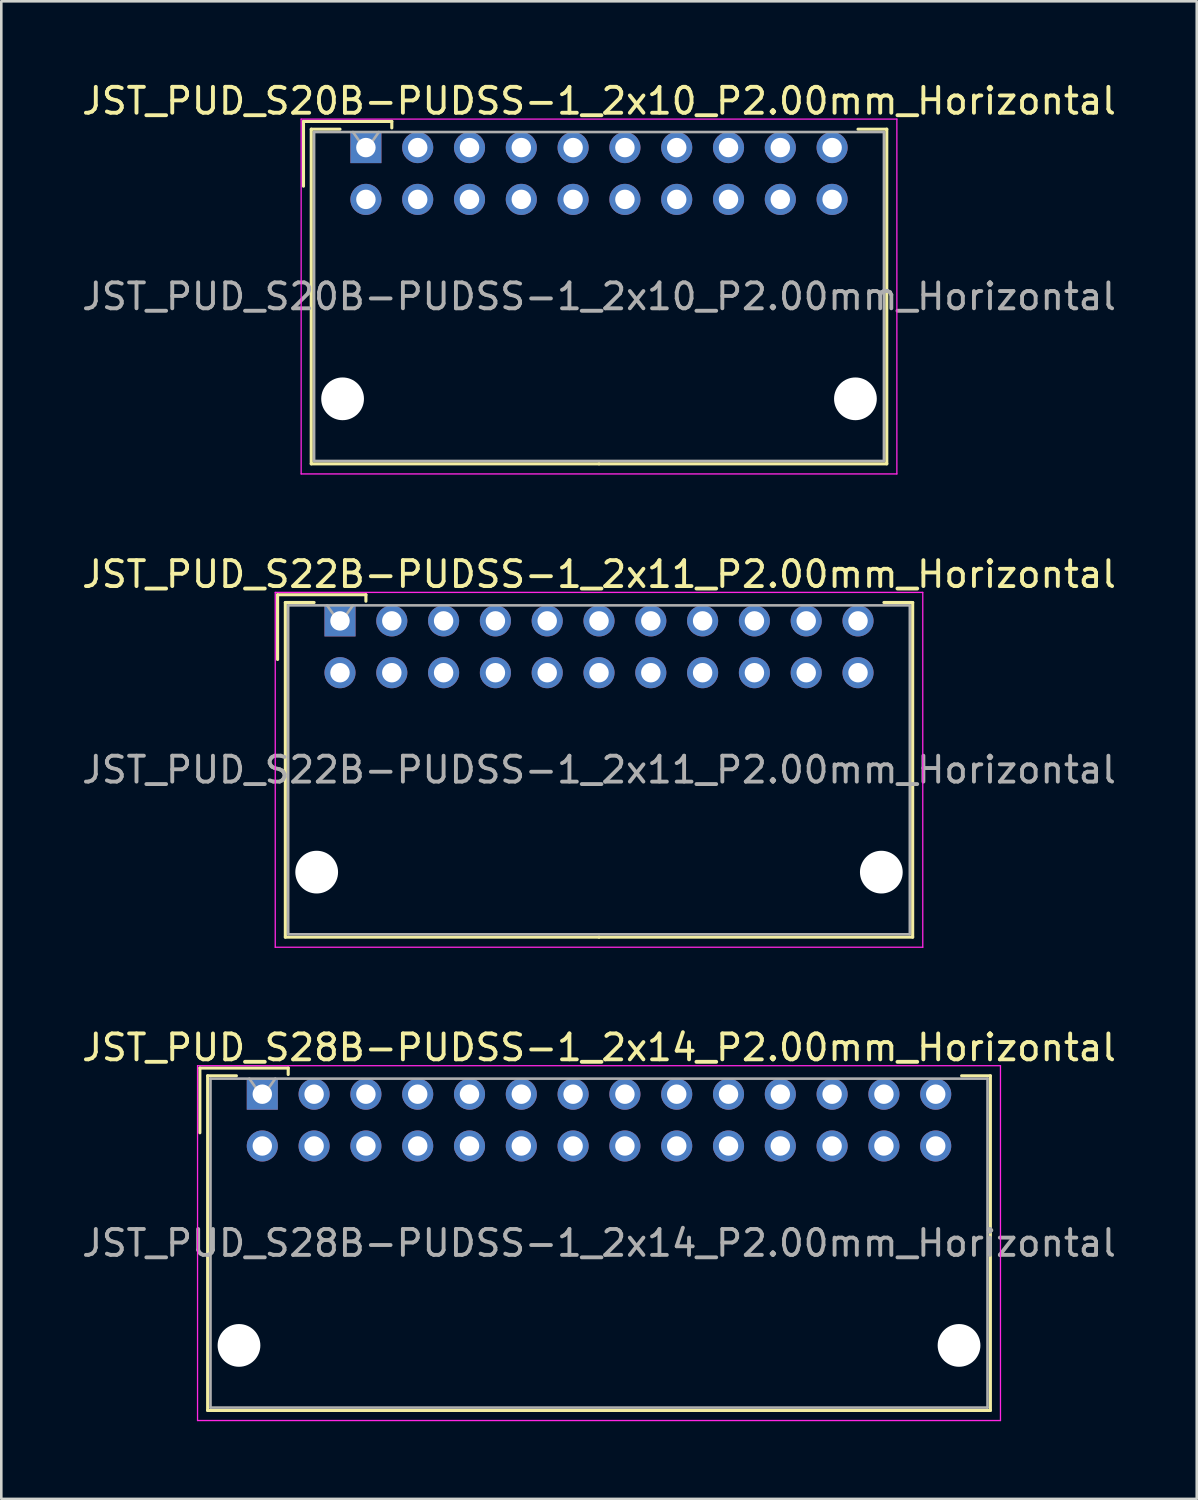
<source format=kicad_pcb>
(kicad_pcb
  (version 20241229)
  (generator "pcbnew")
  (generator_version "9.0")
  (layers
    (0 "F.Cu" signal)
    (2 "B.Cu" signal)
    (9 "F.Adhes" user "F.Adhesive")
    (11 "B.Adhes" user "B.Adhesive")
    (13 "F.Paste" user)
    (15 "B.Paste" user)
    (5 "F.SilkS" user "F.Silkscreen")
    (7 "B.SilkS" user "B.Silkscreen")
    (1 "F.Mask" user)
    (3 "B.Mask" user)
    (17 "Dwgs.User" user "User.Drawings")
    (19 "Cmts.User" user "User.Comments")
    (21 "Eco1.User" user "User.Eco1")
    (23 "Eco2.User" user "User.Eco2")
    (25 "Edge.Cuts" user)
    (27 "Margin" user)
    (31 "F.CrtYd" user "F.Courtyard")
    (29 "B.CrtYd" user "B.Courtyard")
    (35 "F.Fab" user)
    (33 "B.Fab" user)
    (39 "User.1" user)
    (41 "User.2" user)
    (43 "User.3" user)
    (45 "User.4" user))
  (footprint "JST_PUD_S22B-PUDSS-1_2x11_P2.00mm_Horizontal"
    (layer "F.Cu")
    (at 10.077 20.922)
    (property "Reference" "JST_PUD_S22B-PUDSS-1_2x11_P2.00mm_Horizontal" (at 10 -1.8 0) (layer "F.SilkS") (effects (font (size 1 1) (thickness 0.15))))
    (attr through_hole)
    (fp_line (start -2.41 -1.01) (end -2.41 1.49) (stroke (width 0.12) (type solid)) (layer "F.SilkS"))
    (fp_line (start -2.11 -0.71) (end -2.11 12.21) (stroke (width 0.12) (type solid)) (layer "F.SilkS"))
    (fp_line (start -2.11 12.21) (end 10 12.21) (stroke (width 0.12) (type solid)) (layer "F.SilkS"))
    (fp_line (start -1 -0.71) (end -2.11 -0.71) (stroke (width 0.12) (type solid)) (layer "F.SilkS"))
    (fp_line (start 1 -1.01) (end -2.41 -1.01) (stroke (width 0.12) (type solid)) (layer "F.SilkS"))
    (fp_line (start 1 -0.76) (end 1 -1.01) (stroke (width 0.12) (type solid)) (layer "F.SilkS"))
    (fp_line (start 21 -0.71) (end 22.11 -0.71) (stroke (width 0.12) (type solid)) (layer "F.SilkS"))
    (fp_line (start 22.11 -0.71) (end 22.11 12.21) (stroke (width 0.12) (type solid)) (layer "F.SilkS"))
    (fp_line (start 22.11 12.21) (end 10 12.21) (stroke (width 0.12) (type solid)) (layer "F.SilkS"))
    (fp_line (start -2.5 -1.1) (end -2.5 12.6) (stroke (width 0.05) (type solid)) (layer "F.CrtYd"))
    (fp_line (start -2.5 12.6) (end 22.5 12.6) (stroke (width 0.05) (type solid)) (layer "F.CrtYd"))
    (fp_line (start 22.5 -1.1) (end -2.5 -1.1) (stroke (width 0.05) (type solid)) (layer "F.CrtYd"))
    (fp_line (start 22.5 12.6) (end 22.5 -1.1) (stroke (width 0.05) (type solid)) (layer "F.CrtYd"))
    (fp_line (start -2 -0.6) (end -2 12.1) (stroke (width 0.1) (type solid)) (layer "F.Fab"))
    (fp_line (start -2 12.1) (end 22 12.1) (stroke (width 0.1) (type solid)) (layer "F.Fab"))
    (fp_line (start 0 0.107) (end -0.5 -0.6) (stroke (width 0.1) (type solid)) (layer "F.Fab"))
    (fp_line (start 0.5 -0.6) (end 0 0.107) (stroke (width 0.1) (type solid)) (layer "F.Fab"))
    (fp_line (start 22 -0.6) (end -2 -0.6) (stroke (width 0.1) (type solid)) (layer "F.Fab"))
    (fp_line (start 22 12.1) (end 22 -0.6) (stroke (width 0.1) (type solid)) (layer "F.Fab"))
    (fp_text user "${REFERENCE}" (at 10 5.75 0) (layer "F.Fab") (effects (font (size 1 1) (thickness 0.15))))
    (pad "" np_thru_hole circle (at -0.9 9.7) (size 1.65 1.65) (drill 1.65) (layers "*.Cu" "*.Mask"))
    (pad "" np_thru_hole circle (at 20.9 9.7) (size 1.65 1.65) (drill 1.65) (layers "*.Cu" "*.Mask"))
    (pad "1" thru_hole rect (at 0 0) (size 1.2 1.2) (drill 0.75) (layers "*.Cu" "*.Mask"))
    (pad "2" thru_hole oval (at 0 2) (size 1.2 1.2) (drill 0.75) (layers "*.Cu" "*.Mask"))
    (pad "3" thru_hole oval (at 2 0) (size 1.2 1.2) (drill 0.75) (layers "*.Cu" "*.Mask"))
    (pad "4" thru_hole oval (at 2 2) (size 1.2 1.2) (drill 0.75) (layers "*.Cu" "*.Mask"))
    (pad "5" thru_hole oval (at 4 0) (size 1.2 1.2) (drill 0.75) (layers "*.Cu" "*.Mask"))
    (pad "6" thru_hole oval (at 4 2) (size 1.2 1.2) (drill 0.75) (layers "*.Cu" "*.Mask"))
    (pad "7" thru_hole oval (at 6 0) (size 1.2 1.2) (drill 0.75) (layers "*.Cu" "*.Mask"))
    (pad "8" thru_hole oval (at 6 2) (size 1.2 1.2) (drill 0.75) (layers "*.Cu" "*.Mask"))
    (pad "9" thru_hole oval (at 8 0) (size 1.2 1.2) (drill 0.75) (layers "*.Cu" "*.Mask"))
    (pad "10" thru_hole oval (at 8 2) (size 1.2 1.2) (drill 0.75) (layers "*.Cu" "*.Mask"))
    (pad "11" thru_hole oval (at 10 0) (size 1.2 1.2) (drill 0.75) (layers "*.Cu" "*.Mask"))
    (pad "12" thru_hole oval (at 10 2) (size 1.2 1.2) (drill 0.75) (layers "*.Cu" "*.Mask"))
    (pad "13" thru_hole oval (at 12 0) (size 1.2 1.2) (drill 0.75) (layers "*.Cu" "*.Mask"))
    (pad "14" thru_hole oval (at 12 2) (size 1.2 1.2) (drill 0.75) (layers "*.Cu" "*.Mask"))
    (pad "15" thru_hole oval (at 14 0) (size 1.2 1.2) (drill 0.75) (layers "*.Cu" "*.Mask"))
    (pad "16" thru_hole oval (at 14 2) (size 1.2 1.2) (drill 0.75) (layers "*.Cu" "*.Mask"))
    (pad "17" thru_hole oval (at 16 0) (size 1.2 1.2) (drill 0.75) (layers "*.Cu" "*.Mask"))
    (pad "18" thru_hole oval (at 16 2) (size 1.2 1.2) (drill 0.75) (layers "*.Cu" "*.Mask"))
    (pad "19" thru_hole oval (at 18 0) (size 1.2 1.2) (drill 0.75) (layers "*.Cu" "*.Mask"))
    (pad "20" thru_hole oval (at 18 2) (size 1.2 1.2) (drill 0.75) (layers "*.Cu" "*.Mask"))
    (pad "21" thru_hole oval (at 20 0) (size 1.2 1.2) (drill 0.75) (layers "*.Cu" "*.Mask"))
    (pad "22" thru_hole oval (at 20 2) (size 1.2 1.2) (drill 0.75) (layers "*.Cu" "*.Mask")))
  (footprint "JST_PUD_S28B-PUDSS-1_2x14_P2.00mm_Horizontal"
    (layer "F.Cu")
    (at 7.077 39.195)
    (property "Reference" "JST_PUD_S28B-PUDSS-1_2x14_P2.00mm_Horizontal" (at 13 -1.8 0) (layer "F.SilkS") (effects (font (size 1 1) (thickness 0.15))))
    (attr through_hole)
    (fp_line (start -2.41 -1.01) (end -2.41 1.49) (stroke (width 0.12) (type solid)) (layer "F.SilkS"))
    (fp_line (start -2.11 -0.71) (end -2.11 12.21) (stroke (width 0.12) (type solid)) (layer "F.SilkS"))
    (fp_line (start -2.11 12.21) (end 13 12.21) (stroke (width 0.12) (type solid)) (layer "F.SilkS"))
    (fp_line (start -1 -0.71) (end -2.11 -0.71) (stroke (width 0.12) (type solid)) (layer "F.SilkS"))
    (fp_line (start 1 -1.01) (end -2.41 -1.01) (stroke (width 0.12) (type solid)) (layer "F.SilkS"))
    (fp_line (start 1 -0.76) (end 1 -1.01) (stroke (width 0.12) (type solid)) (layer "F.SilkS"))
    (fp_line (start 27 -0.71) (end 28.11 -0.71) (stroke (width 0.12) (type solid)) (layer "F.SilkS"))
    (fp_line (start 28.11 -0.71) (end 28.11 12.21) (stroke (width 0.12) (type solid)) (layer "F.SilkS"))
    (fp_line (start 28.11 12.21) (end 13 12.21) (stroke (width 0.12) (type solid)) (layer "F.SilkS"))
    (fp_line (start -2.5 -1.1) (end -2.5 12.6) (stroke (width 0.05) (type solid)) (layer "F.CrtYd"))
    (fp_line (start -2.5 12.6) (end 28.5 12.6) (stroke (width 0.05) (type solid)) (layer "F.CrtYd"))
    (fp_line (start 28.5 -1.1) (end -2.5 -1.1) (stroke (width 0.05) (type solid)) (layer "F.CrtYd"))
    (fp_line (start 28.5 12.6) (end 28.5 -1.1) (stroke (width 0.05) (type solid)) (layer "F.CrtYd"))
    (fp_line (start -2 -0.6) (end -2 12.1) (stroke (width 0.1) (type solid)) (layer "F.Fab"))
    (fp_line (start -2 12.1) (end 28 12.1) (stroke (width 0.1) (type solid)) (layer "F.Fab"))
    (fp_line (start 0 0.107) (end -0.5 -0.6) (stroke (width 0.1) (type solid)) (layer "F.Fab"))
    (fp_line (start 0.5 -0.6) (end 0 0.107) (stroke (width 0.1) (type solid)) (layer "F.Fab"))
    (fp_line (start 28 -0.6) (end -2 -0.6) (stroke (width 0.1) (type solid)) (layer "F.Fab"))
    (fp_line (start 28 12.1) (end 28 -0.6) (stroke (width 0.1) (type solid)) (layer "F.Fab"))
    (fp_text user "${REFERENCE}" (at 13 5.75 0) (layer "F.Fab") (effects (font (size 1 1) (thickness 0.15))))
    (pad "" np_thru_hole circle (at -0.9 9.7) (size 1.65 1.65) (drill 1.65) (layers "*.Cu" "*.Mask"))
    (pad "" np_thru_hole circle (at 26.9 9.7) (size 1.65 1.65) (drill 1.65) (layers "*.Cu" "*.Mask"))
    (pad "1" thru_hole rect (at 0 0) (size 1.2 1.2) (drill 0.75) (layers "*.Cu" "*.Mask"))
    (pad "2" thru_hole oval (at 0 2) (size 1.2 1.2) (drill 0.75) (layers "*.Cu" "*.Mask"))
    (pad "3" thru_hole oval (at 2 0) (size 1.2 1.2) (drill 0.75) (layers "*.Cu" "*.Mask"))
    (pad "4" thru_hole oval (at 2 2) (size 1.2 1.2) (drill 0.75) (layers "*.Cu" "*.Mask"))
    (pad "5" thru_hole oval (at 4 0) (size 1.2 1.2) (drill 0.75) (layers "*.Cu" "*.Mask"))
    (pad "6" thru_hole oval (at 4 2) (size 1.2 1.2) (drill 0.75) (layers "*.Cu" "*.Mask"))
    (pad "7" thru_hole oval (at 6 0) (size 1.2 1.2) (drill 0.75) (layers "*.Cu" "*.Mask"))
    (pad "8" thru_hole oval (at 6 2) (size 1.2 1.2) (drill 0.75) (layers "*.Cu" "*.Mask"))
    (pad "9" thru_hole oval (at 8 0) (size 1.2 1.2) (drill 0.75) (layers "*.Cu" "*.Mask"))
    (pad "10" thru_hole oval (at 8 2) (size 1.2 1.2) (drill 0.75) (layers "*.Cu" "*.Mask"))
    (pad "11" thru_hole oval (at 10 0) (size 1.2 1.2) (drill 0.75) (layers "*.Cu" "*.Mask"))
    (pad "12" thru_hole oval (at 10 2) (size 1.2 1.2) (drill 0.75) (layers "*.Cu" "*.Mask"))
    (pad "13" thru_hole oval (at 12 0) (size 1.2 1.2) (drill 0.75) (layers "*.Cu" "*.Mask"))
    (pad "14" thru_hole oval (at 12 2) (size 1.2 1.2) (drill 0.75) (layers "*.Cu" "*.Mask"))
    (pad "15" thru_hole oval (at 14 0) (size 1.2 1.2) (drill 0.75) (layers "*.Cu" "*.Mask"))
    (pad "16" thru_hole oval (at 14 2) (size 1.2 1.2) (drill 0.75) (layers "*.Cu" "*.Mask"))
    (pad "17" thru_hole oval (at 16 0) (size 1.2 1.2) (drill 0.75) (layers "*.Cu" "*.Mask"))
    (pad "18" thru_hole oval (at 16 2) (size 1.2 1.2) (drill 0.75) (layers "*.Cu" "*.Mask"))
    (pad "19" thru_hole oval (at 18 0) (size 1.2 1.2) (drill 0.75) (layers "*.Cu" "*.Mask"))
    (pad "20" thru_hole oval (at 18 2) (size 1.2 1.2) (drill 0.75) (layers "*.Cu" "*.Mask"))
    (pad "21" thru_hole oval (at 20 0) (size 1.2 1.2) (drill 0.75) (layers "*.Cu" "*.Mask"))
    (pad "22" thru_hole oval (at 20 2) (size 1.2 1.2) (drill 0.75) (layers "*.Cu" "*.Mask"))
    (pad "23" thru_hole oval (at 22 0) (size 1.2 1.2) (drill 0.75) (layers "*.Cu" "*.Mask"))
    (pad "24" thru_hole oval (at 22 2) (size 1.2 1.2) (drill 0.75) (layers "*.Cu" "*.Mask"))
    (pad "25" thru_hole oval (at 24 0) (size 1.2 1.2) (drill 0.75) (layers "*.Cu" "*.Mask"))
    (pad "26" thru_hole oval (at 24 2) (size 1.2 1.2) (drill 0.75) (layers "*.Cu" "*.Mask"))
    (pad "27" thru_hole oval (at 26 0) (size 1.2 1.2) (drill 0.75) (layers "*.Cu" "*.Mask"))
    (pad "28" thru_hole oval (at 26 2) (size 1.2 1.2) (drill 0.75) (layers "*.Cu" "*.Mask")))
  (footprint "JST_PUD_S20B-PUDSS-1_2x10_P2.00mm_Horizontal"
    (layer "F.Cu")
    (at 11.077 2.648)
    (property "Reference" "JST_PUD_S20B-PUDSS-1_2x10_P2.00mm_Horizontal" (at 9 -1.8 0) (layer "F.SilkS") (effects (font (size 1 1) (thickness 0.15))))
    (attr through_hole)
    (fp_line (start -2.41 -1.01) (end -2.41 1.49) (stroke (width 0.12) (type solid)) (layer "F.SilkS"))
    (fp_line (start -2.11 -0.71) (end -2.11 12.21) (stroke (width 0.12) (type solid)) (layer "F.SilkS"))
    (fp_line (start -2.11 12.21) (end 9 12.21) (stroke (width 0.12) (type solid)) (layer "F.SilkS"))
    (fp_line (start -1 -0.71) (end -2.11 -0.71) (stroke (width 0.12) (type solid)) (layer "F.SilkS"))
    (fp_line (start 1 -1.01) (end -2.41 -1.01) (stroke (width 0.12) (type solid)) (layer "F.SilkS"))
    (fp_line (start 1 -0.76) (end 1 -1.01) (stroke (width 0.12) (type solid)) (layer "F.SilkS"))
    (fp_line (start 19 -0.71) (end 20.11 -0.71) (stroke (width 0.12) (type solid)) (layer "F.SilkS"))
    (fp_line (start 20.11 -0.71) (end 20.11 12.21) (stroke (width 0.12) (type solid)) (layer "F.SilkS"))
    (fp_line (start 20.11 12.21) (end 9 12.21) (stroke (width 0.12) (type solid)) (layer "F.SilkS"))
    (fp_line (start -2.5 -1.1) (end -2.5 12.6) (stroke (width 0.05) (type solid)) (layer "F.CrtYd"))
    (fp_line (start -2.5 12.6) (end 20.5 12.6) (stroke (width 0.05) (type solid)) (layer "F.CrtYd"))
    (fp_line (start 20.5 -1.1) (end -2.5 -1.1) (stroke (width 0.05) (type solid)) (layer "F.CrtYd"))
    (fp_line (start 20.5 12.6) (end 20.5 -1.1) (stroke (width 0.05) (type solid)) (layer "F.CrtYd"))
    (fp_line (start -2 -0.6) (end -2 12.1) (stroke (width 0.1) (type solid)) (layer "F.Fab"))
    (fp_line (start -2 12.1) (end 20 12.1) (stroke (width 0.1) (type solid)) (layer "F.Fab"))
    (fp_line (start 0 0.107) (end -0.5 -0.6) (stroke (width 0.1) (type solid)) (layer "F.Fab"))
    (fp_line (start 0.5 -0.6) (end 0 0.107) (stroke (width 0.1) (type solid)) (layer "F.Fab"))
    (fp_line (start 20 -0.6) (end -2 -0.6) (stroke (width 0.1) (type solid)) (layer "F.Fab"))
    (fp_line (start 20 12.1) (end 20 -0.6) (stroke (width 0.1) (type solid)) (layer "F.Fab"))
    (fp_text user "${REFERENCE}" (at 9 5.75 0) (layer "F.Fab") (effects (font (size 1 1) (thickness 0.15))))
    (pad "" np_thru_hole circle (at -0.9 9.7) (size 1.65 1.65) (drill 1.65) (layers "*.Cu" "*.Mask"))
    (pad "" np_thru_hole circle (at 18.9 9.7) (size 1.65 1.65) (drill 1.65) (layers "*.Cu" "*.Mask"))
    (pad "1" thru_hole rect (at 0 0) (size 1.2 1.2) (drill 0.75) (layers "*.Cu" "*.Mask"))
    (pad "2" thru_hole oval (at 0 2) (size 1.2 1.2) (drill 0.75) (layers "*.Cu" "*.Mask"))
    (pad "3" thru_hole oval (at 2 0) (size 1.2 1.2) (drill 0.75) (layers "*.Cu" "*.Mask"))
    (pad "4" thru_hole oval (at 2 2) (size 1.2 1.2) (drill 0.75) (layers "*.Cu" "*.Mask"))
    (pad "5" thru_hole oval (at 4 0) (size 1.2 1.2) (drill 0.75) (layers "*.Cu" "*.Mask"))
    (pad "6" thru_hole oval (at 4 2) (size 1.2 1.2) (drill 0.75) (layers "*.Cu" "*.Mask"))
    (pad "7" thru_hole oval (at 6 0) (size 1.2 1.2) (drill 0.75) (layers "*.Cu" "*.Mask"))
    (pad "8" thru_hole oval (at 6 2) (size 1.2 1.2) (drill 0.75) (layers "*.Cu" "*.Mask"))
    (pad "9" thru_hole oval (at 8 0) (size 1.2 1.2) (drill 0.75) (layers "*.Cu" "*.Mask"))
    (pad "10" thru_hole oval (at 8 2) (size 1.2 1.2) (drill 0.75) (layers "*.Cu" "*.Mask"))
    (pad "11" thru_hole oval (at 10 0) (size 1.2 1.2) (drill 0.75) (layers "*.Cu" "*.Mask"))
    (pad "12" thru_hole oval (at 10 2) (size 1.2 1.2) (drill 0.75) (layers "*.Cu" "*.Mask"))
    (pad "13" thru_hole oval (at 12 0) (size 1.2 1.2) (drill 0.75) (layers "*.Cu" "*.Mask"))
    (pad "14" thru_hole oval (at 12 2) (size 1.2 1.2) (drill 0.75) (layers "*.Cu" "*.Mask"))
    (pad "15" thru_hole oval (at 14 0) (size 1.2 1.2) (drill 0.75) (layers "*.Cu" "*.Mask"))
    (pad "16" thru_hole oval (at 14 2) (size 1.2 1.2) (drill 0.75) (layers "*.Cu" "*.Mask"))
    (pad "17" thru_hole oval (at 16 0) (size 1.2 1.2) (drill 0.75) (layers "*.Cu" "*.Mask"))
    (pad "18" thru_hole oval (at 16 2) (size 1.2 1.2) (drill 0.75) (layers "*.Cu" "*.Mask"))
    (pad "19" thru_hole oval (at 18 0) (size 1.2 1.2) (drill 0.75) (layers "*.Cu" "*.Mask"))
    (pad "20" thru_hole oval (at 18 2) (size 1.2 1.2) (drill 0.75) (layers "*.Cu" "*.Mask")))
  (gr_rect
    (start -3 -3)
    (end 43.155 54.82)
    (stroke (width 0.1) (type default))
    (fill no)
    (layer "Edge.Cuts")))
</source>
